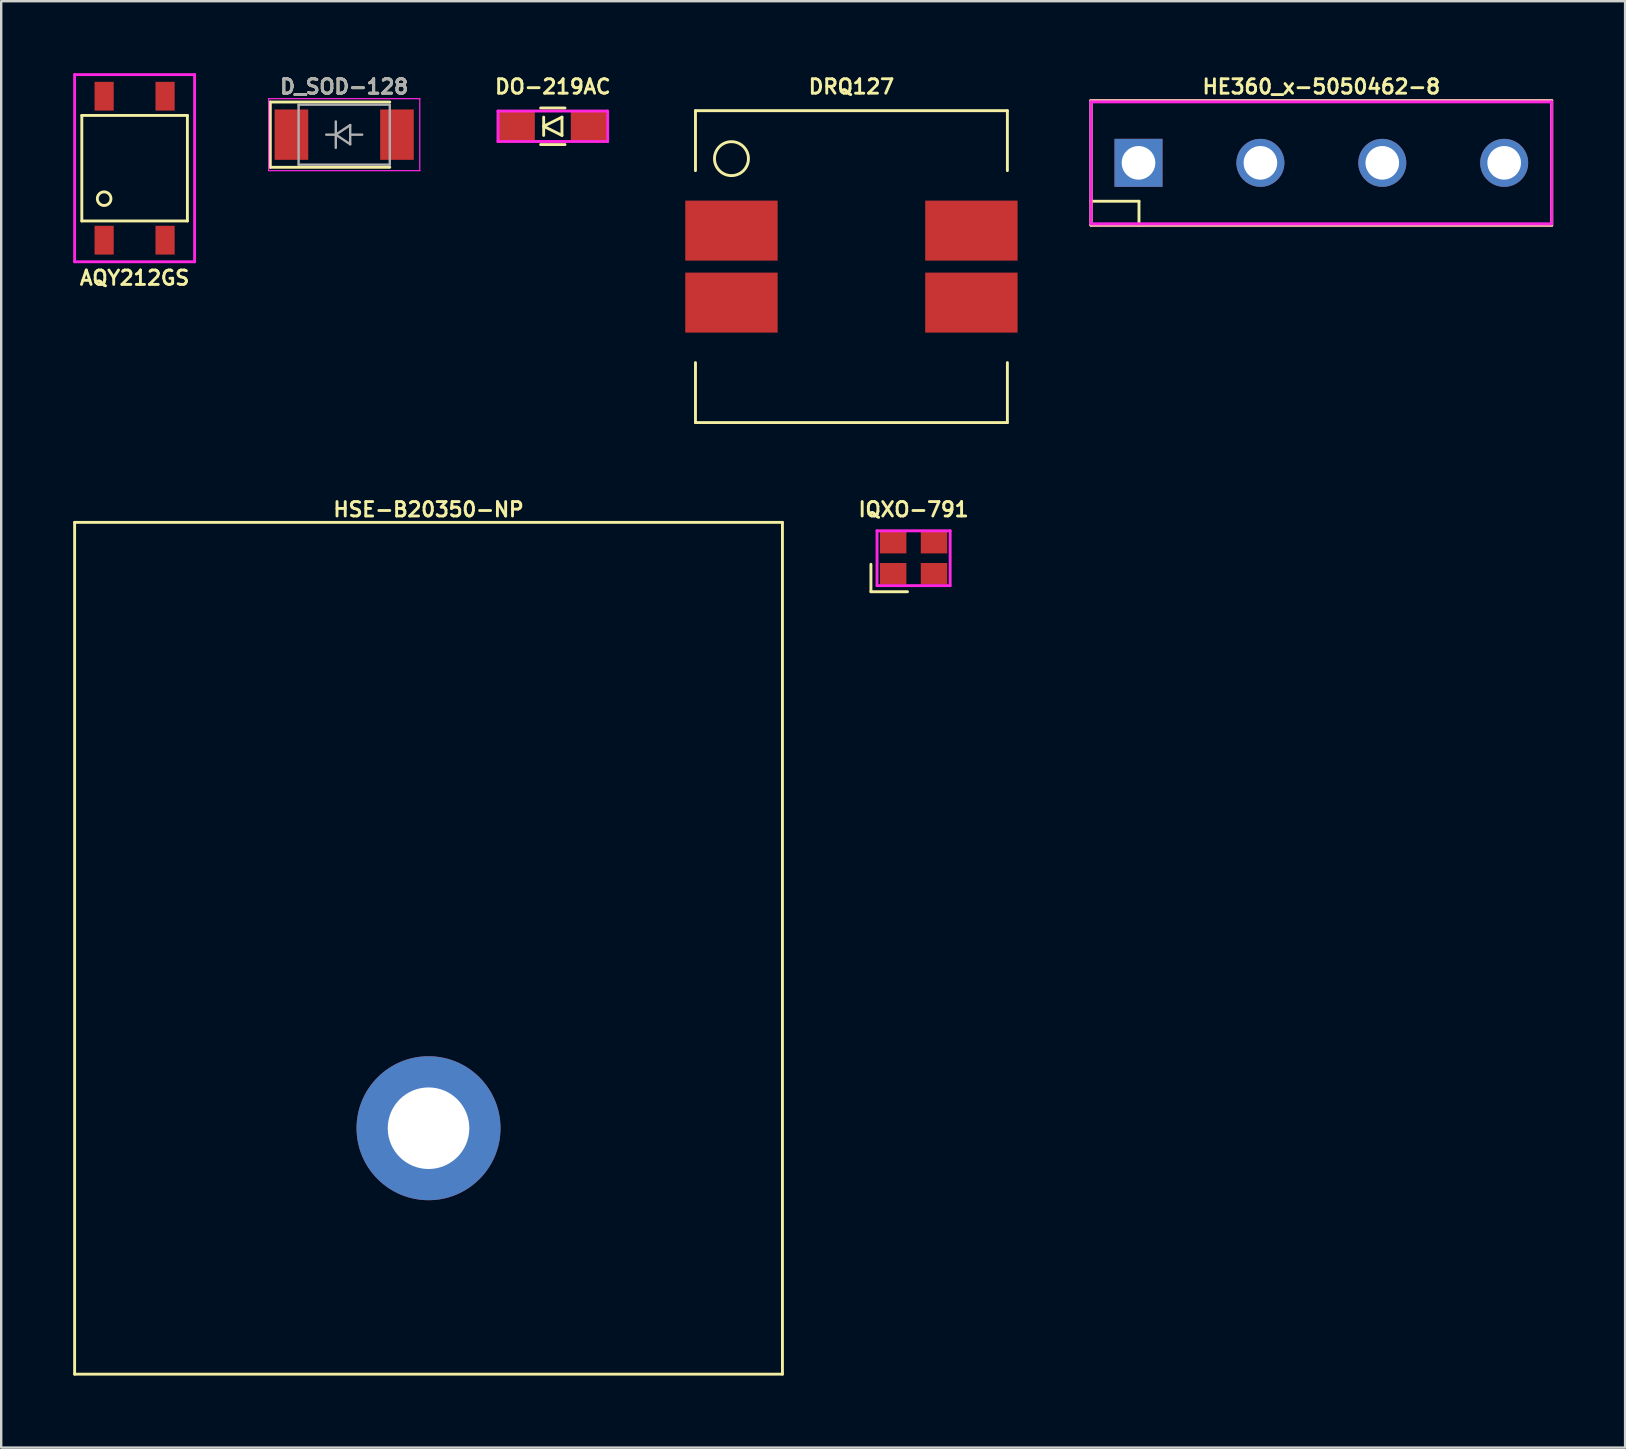
<source format=kicad_pcb>
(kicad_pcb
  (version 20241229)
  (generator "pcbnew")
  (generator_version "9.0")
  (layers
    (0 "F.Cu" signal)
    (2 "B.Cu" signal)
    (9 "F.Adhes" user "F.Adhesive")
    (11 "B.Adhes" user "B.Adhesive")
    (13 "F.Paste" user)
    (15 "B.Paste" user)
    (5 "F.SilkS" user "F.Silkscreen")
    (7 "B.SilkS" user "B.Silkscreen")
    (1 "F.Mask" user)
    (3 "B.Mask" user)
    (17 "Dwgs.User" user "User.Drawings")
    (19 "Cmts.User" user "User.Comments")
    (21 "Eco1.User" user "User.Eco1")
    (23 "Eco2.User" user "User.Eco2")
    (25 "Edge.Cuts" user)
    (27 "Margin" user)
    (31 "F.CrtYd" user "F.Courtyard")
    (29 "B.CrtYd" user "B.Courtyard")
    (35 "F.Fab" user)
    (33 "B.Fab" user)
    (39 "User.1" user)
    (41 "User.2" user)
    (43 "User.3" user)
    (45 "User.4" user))
  (footprint "D_SOD-128"
    (layer "F.Cu")
    (at 11.295 2.562)
    (property "Reference" "D_SOD-128" (at 0 -2 0) (layer "F.SilkS") (effects (font (size 0.6 0.6) (thickness 0.12))))
    (attr smd)
    (fp_line (start -3.08 -1.36) (end -3.08 1.36) (stroke (width 0.12) (type solid)) (layer "F.SilkS"))
    (fp_line (start -3.08 -1.36) (end 1.9 -1.36) (stroke (width 0.12) (type solid)) (layer "F.SilkS"))
    (fp_line (start -3.08 1.36) (end 1.9 1.36) (stroke (width 0.12) (type solid)) (layer "F.SilkS"))
    (fp_line (start -3.15 -1.5) (end -3.15 1.5) (stroke (width 0.05) (type solid)) (layer "F.CrtYd"))
    (fp_line (start -3.15 -1.5) (end 3.15 -1.5) (stroke (width 0.05) (type solid)) (layer "F.CrtYd"))
    (fp_line (start 3.15 -1.5) (end 3.15 1.5) (stroke (width 0.05) (type solid)) (layer "F.CrtYd"))
    (fp_line (start 3.15 1.5) (end -3.15 1.5) (stroke (width 0.05) (type solid)) (layer "F.CrtYd"))
    (fp_line (start -1.9 -1.25) (end 1.9 -1.25) (stroke (width 0.1) (type solid)) (layer "F.Fab"))
    (fp_line (start -1.9 1.25) (end -1.9 -1.25) (stroke (width 0.1) (type solid)) (layer "F.Fab"))
    (fp_line (start -0.75 0) (end -0.35 0) (stroke (width 0.1) (type solid)) (layer "F.Fab"))
    (fp_line (start -0.35 0) (end -0.35 -0.55) (stroke (width 0.1) (type solid)) (layer "F.Fab"))
    (fp_line (start -0.35 0) (end -0.35 0.55) (stroke (width 0.1) (type solid)) (layer "F.Fab"))
    (fp_line (start -0.35 0) (end 0.25 -0.4) (stroke (width 0.1) (type solid)) (layer "F.Fab"))
    (fp_line (start 0.25 -0.4) (end 0.25 0.4) (stroke (width 0.1) (type solid)) (layer "F.Fab"))
    (fp_line (start 0.25 0) (end 0.75 0) (stroke (width 0.1) (type solid)) (layer "F.Fab"))
    (fp_line (start 0.25 0.4) (end -0.35 0) (stroke (width 0.1) (type solid)) (layer "F.Fab"))
    (fp_line (start 1.9 -1.25) (end 1.9 1.25) (stroke (width 0.1) (type solid)) (layer "F.Fab"))
    (fp_line (start 1.9 1.25) (end -1.9 1.25) (stroke (width 0.1) (type solid)) (layer "F.Fab"))
    (fp_text user "${REFERENCE}" (at 0 -2 0) (layer "F.Fab") (effects (font (size 0.6 0.6) (thickness 0.12))))
    (pad "1" smd rect (at -2.2 0) (size 1.4 2.1) (layers "F.Cu" "F.Mask" "F.Paste"))
    (pad "2" smd rect (at 2.2 0) (size 1.4 2.1) (layers "F.Cu" "F.Mask" "F.Paste")))
  (footprint "IQXO-791"
    (layer "F.Cu")
    (at 35.026 20.215)
    (property "Reference" "IQXO-791" (at 0 -2.032 0) (layer "F.SilkS") (effects (font (size 0.6 0.6) (thickness 0.12))))
    (attr through_hole)
    (fp_line (start -1.778 1.397) (end -1.778 0.254) (stroke (width 0.12) (type solid)) (layer "F.SilkS"))
    (fp_line (start -0.254 1.397) (end -1.778 1.397) (stroke (width 0.12) (type solid)) (layer "F.SilkS"))
    (fp_line (start -1.524 -1.143) (end -1.524 1.143) (stroke (width 0.12) (type solid)) (layer "F.CrtYd"))
    (fp_line (start -1.524 1.143) (end 1.524 1.143) (stroke (width 0.12) (type solid)) (layer "F.CrtYd"))
    (fp_line (start 1.524 -1.143) (end -1.524 -1.143) (stroke (width 0.12) (type solid)) (layer "F.CrtYd"))
    (fp_line (start 1.524 1.143) (end 1.524 -1.143) (stroke (width 0.12) (type solid)) (layer "F.CrtYd"))
    (pad "1" smd rect (at -0.85 0.65) (size 1.1 0.9) (layers "F.Cu" "F.Mask" "F.Paste"))
    (pad "2" smd rect (at 0.85 0.65) (size 1.1 0.9) (layers "F.Cu" "F.Mask" "F.Paste"))
    (pad "3" smd rect (at 0.85 -0.65) (size 1.1 0.9) (layers "F.Cu" "F.Mask" "F.Paste"))
    (pad "4" smd rect (at -0.85 -0.65) (size 1.1 0.9) (layers "F.Cu" "F.Mask" "F.Paste")))
  (footprint "AQY212GS"
    (layer "F.Cu")
    (at 2.56 3.96)
    (property "Reference" "AQY212GS" (at 0 4.572 0) (layer "F.SilkS") (effects (font (size 0.6 0.6) (thickness 0.12))))
    (attr through_hole)
    (fp_line (start -2.2 -2.2) (end -2.2 2.2) (stroke (width 0.12) (type solid)) (layer "F.SilkS"))
    (fp_line (start -2.2 2.2) (end 2.2 2.2) (stroke (width 0.12) (type solid)) (layer "F.SilkS"))
    (fp_line (start 2.2 -2.2) (end -2.2 -2.2) (stroke (width 0.12) (type solid)) (layer "F.SilkS"))
    (fp_line (start 2.2 2.2) (end 2.2 -2.2) (stroke (width 0.12) (type solid)) (layer "F.SilkS"))
    (fp_circle (center -1.27 1.27) (end -1.524 1.143) (stroke (width 0.12) (type solid)) (fill no) (layer "F.SilkS"))
    (fp_line (start -2.5 -3.9) (end 2.5 -3.9) (stroke (width 0.12) (type solid)) (layer "F.CrtYd"))
    (fp_line (start -2.5 3.9) (end -2.5 -3.9) (stroke (width 0.12) (type solid)) (layer "F.CrtYd"))
    (fp_line (start 2.5 -3.9) (end 2.5 3.9) (stroke (width 0.12) (type solid)) (layer "F.CrtYd"))
    (fp_line (start 2.5 3.9) (end -2.5 3.9) (stroke (width 0.12) (type solid)) (layer "F.CrtYd"))
    (pad "1" smd rect (at -1.27 3) (size 0.8 1.2) (layers "F.Cu" "F.Mask" "F.Paste"))
    (pad "2" smd rect (at 1.27 3) (size 0.8 1.2) (layers "F.Cu" "F.Mask" "F.Paste"))
    (pad "3" smd rect (at 1.27 -3) (size 0.8 1.2) (layers "F.Cu" "F.Mask" "F.Paste"))
    (pad "4" smd rect (at -1.27 -3) (size 0.8 1.2) (layers "F.Cu" "F.Mask" "F.Paste")))
  (footprint "DO-219AC"
    (layer "F.Cu")
    (at 19.99 2.213)
    (property "Reference" "DO-219AC" (at 0 -1.651 0) (layer "F.SilkS") (effects (font (size 0.6 0.6) (thickness 0.12))))
    (attr through_hole)
    (fp_line (start -0.508 -0.762) (end 0.508 -0.762) (stroke (width 0.12) (type solid)) (layer "F.SilkS"))
    (fp_line (start -0.508 0.762) (end 0.508 0.762) (stroke (width 0.12) (type solid)) (layer "F.SilkS"))
    (fp_line (start -0.381 -0.381) (end -0.381 0.381) (stroke (width 0.12) (type solid)) (layer "F.SilkS"))
    (fp_line (start -0.381 0) (end 0.381 -0.381) (stroke (width 0.12) (type solid)) (layer "F.SilkS"))
    (fp_line (start 0.381 -0.381) (end 0.381 0.381) (stroke (width 0.12) (type solid)) (layer "F.SilkS"))
    (fp_line (start 0.381 0.381) (end -0.381 0) (stroke (width 0.12) (type solid)) (layer "F.SilkS"))
    (fp_line (start -2.286 -0.635) (end 2.286 -0.635) (stroke (width 0.12) (type solid)) (layer "F.CrtYd"))
    (fp_line (start -2.286 0.635) (end -2.286 -0.635) (stroke (width 0.12) (type solid)) (layer "F.CrtYd"))
    (fp_line (start 2.286 -0.635) (end 2.286 0.635) (stroke (width 0.12) (type solid)) (layer "F.CrtYd"))
    (fp_line (start 2.286 0.635) (end -2.286 0.635) (stroke (width 0.12) (type solid)) (layer "F.CrtYd"))
    (pad "1" smd rect (at -1.5 0) (size 1.5 1.2) (layers "F.Cu" "F.Mask" "F.Paste"))
    (pad "2" smd rect (at 1.5 0) (size 1.5 1.2) (layers "F.Cu" "F.Mask" "F.Paste")))
  (footprint "HE360_x-5050462-8"
    (layer "F.Cu")
    (at 52.02 3.737)
    (property "Reference" "HE360_x-5050462-8" (at 0 -3.175 0) (layer "F.SilkS") (effects (font (size 0.6 0.6) (thickness 0.12))))
    (attr through_hole)
    (fp_line (start -9.6 -2.6) (end -9.6 2.6) (stroke (width 0.12) (type solid)) (layer "F.SilkS"))
    (fp_line (start -9.6 1.6) (end -7.6 1.6) (stroke (width 0.12) (type solid)) (layer "F.SilkS"))
    (fp_line (start -9.6 2.6) (end 9.6 2.6) (stroke (width 0.12) (type solid)) (layer "F.SilkS"))
    (fp_line (start -7.6 1.6) (end -7.6 2.6) (stroke (width 0.12) (type solid)) (layer "F.SilkS"))
    (fp_line (start 9.6 -2.6) (end -9.6 -2.6) (stroke (width 0.12) (type solid)) (layer "F.SilkS"))
    (fp_line (start 9.6 2.6) (end 9.6 -2.6) (stroke (width 0.12) (type solid)) (layer "F.SilkS"))
    (fp_line (start -9.6 -2.6) (end -9.6 2.6) (stroke (width 0.12) (type solid)) (layer "B.SilkS"))
    (fp_line (start -9.6 2.6) (end 9.6 2.6) (stroke (width 0.12) (type solid)) (layer "B.SilkS"))
    (fp_line (start 9.6 -2.6) (end -9.6 -2.6) (stroke (width 0.12) (type solid)) (layer "B.SilkS"))
    (fp_line (start 9.6 2.6) (end 9.6 -2.6) (stroke (width 0.12) (type solid)) (layer "B.SilkS"))
    (fp_line (start -9.6 -2.54) (end 9.6 -2.54) (stroke (width 0.12) (type solid)) (layer "F.CrtYd"))
    (fp_line (start -9.6 2.54) (end -9.6 -2.54) (stroke (width 0.12) (type solid)) (layer "F.CrtYd"))
    (fp_line (start 9.6 -2.54) (end 9.6 2.54) (stroke (width 0.12) (type solid)) (layer "F.CrtYd"))
    (fp_line (start 9.6 2.54) (end -9.6 2.54) (stroke (width 0.12) (type solid)) (layer "F.CrtYd"))
    (pad "1" thru_hole rect (at -7.62 0) (size 2 2) (drill 1.4) (layers "*.Cu" "*.Mask"))
    (pad "2" thru_hole circle (at -2.54 0) (size 2 2) (drill 1.4) (layers "*.Cu" "*.Mask"))
    (pad "3" thru_hole circle (at 2.54 0) (size 2 2) (drill 1.4) (layers "*.Cu" "*.Mask"))
    (pad "4" thru_hole circle (at 7.62 0) (size 2 2) (drill 1.4) (layers "*.Cu" "*.Mask")))
  (footprint "DRQ127"
    (layer "F.Cu")
    (at 32.435 8.062)
    (property "Reference" "DRQ127" (at 0 -7.5 0) (layer "F.SilkS") (effects (font (size 0.6 0.6) (thickness 0.12))))
    (attr through_hole)
    (fp_line (start -6.5 -6.5) (end -6.5 -4) (stroke (width 0.12) (type solid)) (layer "F.SilkS"))
    (fp_line (start -6.5 -6.5) (end 6.5 -6.5) (stroke (width 0.12) (type solid)) (layer "F.SilkS"))
    (fp_line (start -6.5 6.5) (end -6.5 4) (stroke (width 0.12) (type solid)) (layer "F.SilkS"))
    (fp_line (start -6.5 6.5) (end 6.5 6.5) (stroke (width 0.12) (type solid)) (layer "F.SilkS"))
    (fp_line (start 6.5 -6.5) (end 6.5 -4) (stroke (width 0.12) (type solid)) (layer "F.SilkS"))
    (fp_line (start 6.5 6.5) (end 6.5 4) (stroke (width 0.12) (type solid)) (layer "F.SilkS"))
    (fp_circle (center -5 -4.5) (end -5.5 -5) (stroke (width 0.12) (type solid)) (fill no) (layer "F.SilkS"))
    (pad "1" smd rect (at -5 -1.5) (size 3.85 2.5) (layers "F.Cu" "F.Mask" "F.Paste"))
    (pad "2" smd rect (at -5 1.5) (size 3.85 2.5) (layers "F.Cu" "F.Mask" "F.Paste"))
    (pad "3" smd rect (at 5 1.5) (size 3.85 2.5) (layers "F.Cu" "F.Mask" "F.Paste"))
    (pad "4" smd rect (at 5 -1.5) (size 3.85 2.5) (layers "F.Cu" "F.Mask" "F.Paste")))
  (footprint "HSE-B20350-NP"
    (layer "F.Cu")
    (at 14.81 36.471)
    (property "Reference" "HSE-B20350-NP" (at 0 -18.288 0) (layer "F.SilkS") (effects (font (size 0.6 0.6) (thickness 0.12))))
    (attr through_hole)
    (fp_line (start -14.75 -17.75) (end -14.75 17.75) (stroke (width 0.12) (type solid)) (layer "F.SilkS"))
    (fp_line (start -14.75 17.75) (end 14.75 17.75) (stroke (width 0.12) (type solid)) (layer "F.SilkS"))
    (fp_line (start 14.75 -17.75) (end -14.75 -17.75) (stroke (width 0.12) (type solid)) (layer "F.SilkS"))
    (fp_line (start 14.75 17.75) (end 14.75 -17.75) (stroke (width 0.12) (type solid)) (layer "F.SilkS"))
    (pad "1" thru_hole circle (at 0 7.5) (size 6 6) (drill 3.4) (layers "*.Cu" "*.Mask")))
  (gr_rect
    (start -3 -3)
    (end 64.68 57.281)
    (stroke (width 0.1) (type default))
    (fill no)
    (layer "Edge.Cuts")))
</source>
